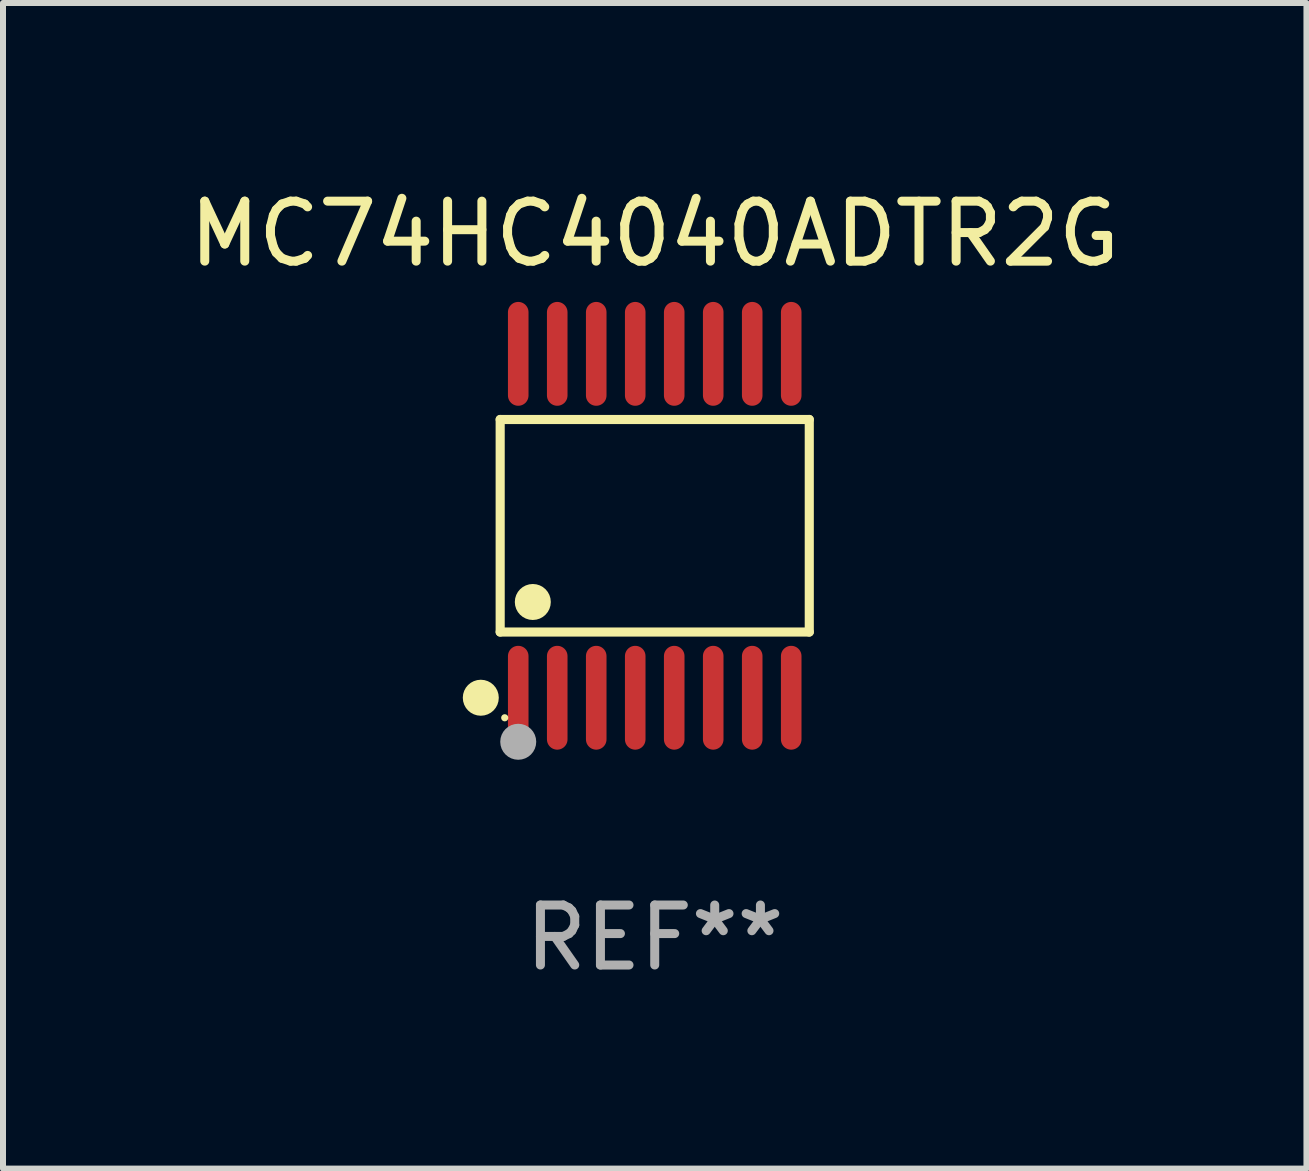
<source format=kicad_pcb>
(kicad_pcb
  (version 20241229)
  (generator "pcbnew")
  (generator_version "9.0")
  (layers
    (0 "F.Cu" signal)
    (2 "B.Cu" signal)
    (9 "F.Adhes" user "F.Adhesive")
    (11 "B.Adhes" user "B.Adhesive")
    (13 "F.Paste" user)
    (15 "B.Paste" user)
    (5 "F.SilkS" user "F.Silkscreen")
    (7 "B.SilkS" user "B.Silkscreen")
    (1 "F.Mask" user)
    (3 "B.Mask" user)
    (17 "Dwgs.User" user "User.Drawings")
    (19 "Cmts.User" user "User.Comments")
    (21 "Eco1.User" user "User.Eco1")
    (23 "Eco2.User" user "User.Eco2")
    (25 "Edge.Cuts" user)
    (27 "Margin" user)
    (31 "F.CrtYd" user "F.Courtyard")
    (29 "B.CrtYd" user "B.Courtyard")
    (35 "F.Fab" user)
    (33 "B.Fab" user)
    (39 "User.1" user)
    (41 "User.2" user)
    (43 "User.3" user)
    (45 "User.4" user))
  (footprint "MC74HC4040ADTR2G"
    (layer "F.Cu")
    (at 7.863 5.714)
    (property "Reference" "MC74HC4040ADTR2G" (at 0 -4.866 0) (layer "F.SilkS") (effects (font (size 1 1) (thickness 0.15))))
    (attr through_hole)
    (fp_line (start -2.576 -1.772) (end 2.576 -1.772) (stroke (width 0.152) (type solid)) (layer "F.SilkS"))
    (fp_line (start -2.576 1.771) (end -2.576 -1.772) (stroke (width 0.152) (type solid)) (layer "F.SilkS"))
    (fp_line (start 2.576 -1.772) (end 2.576 1.771) (stroke (width 0.152) (type solid)) (layer "F.SilkS"))
    (fp_line (start 2.576 1.771) (end -2.576 1.771) (stroke (width 0.152) (type solid)) (layer "F.SilkS"))
    (fp_circle (center -2.899 2.866) (end -2.749 2.866) (stroke (width 0.3) (type solid)) (fill no) (layer "F.SilkS"))
    (fp_circle (center -2.5 3.2) (end -2.47 3.2) (stroke (width 0.06) (type solid)) (fill no) (layer "F.SilkS"))
    (fp_circle (center -2.032 1.27) (end -1.882 1.27) (stroke (width 0.3) (type solid)) (fill no) (layer "F.SilkS"))
    (fp_circle (center -2.275 3.6) (end -2.125 3.6) (stroke (width 0.3) (type solid)) (fill no) (layer "F.Fab"))
    (fp_text user "REF**" (at 0 6.866 0) (layer "F.Fab") (effects (font (size 1 1) (thickness 0.15))))
    (pad "1" smd oval (at -2.275 2.866) (size 0.343 1.731) (layers "F.Cu" "F.Mask" "F.Paste"))
    (pad "2" smd oval (at -1.625 2.866) (size 0.343 1.731) (layers "F.Cu" "F.Mask" "F.Paste"))
    (pad "3" smd oval (at -0.975 2.866) (size 0.343 1.731) (layers "F.Cu" "F.Mask" "F.Paste"))
    (pad "4" smd oval (at -0.325 2.866) (size 0.343 1.731) (layers "F.Cu" "F.Mask" "F.Paste"))
    (pad "5" smd oval (at 0.325 2.866) (size 0.343 1.731) (layers "F.Cu" "F.Mask" "F.Paste"))
    (pad "6" smd oval (at 0.975 2.866) (size 0.343 1.731) (layers "F.Cu" "F.Mask" "F.Paste"))
    (pad "7" smd oval (at 1.625 2.866) (size 0.343 1.731) (layers "F.Cu" "F.Mask" "F.Paste"))
    (pad "8" smd oval (at 2.275 2.866) (size 0.343 1.731) (layers "F.Cu" "F.Mask" "F.Paste"))
    (pad "9" smd oval (at 2.275 -2.866) (size 0.343 1.731) (layers "F.Cu" "F.Mask" "F.Paste"))
    (pad "10" smd oval (at 1.625 -2.866) (size 0.343 1.731) (layers "F.Cu" "F.Mask" "F.Paste"))
    (pad "11" smd oval (at 0.975 -2.866) (size 0.343 1.731) (layers "F.Cu" "F.Mask" "F.Paste"))
    (pad "12" smd oval (at 0.325 -2.866) (size 0.343 1.731) (layers "F.Cu" "F.Mask" "F.Paste"))
    (pad "13" smd oval (at -0.325 -2.866) (size 0.343 1.731) (layers "F.Cu" "F.Mask" "F.Paste"))
    (pad "14" smd oval (at -0.975 -2.866) (size 0.343 1.731) (layers "F.Cu" "F.Mask" "F.Paste"))
    (pad "15" smd oval (at -1.625 -2.866) (size 0.343 1.731) (layers "F.Cu" "F.Mask" "F.Paste"))
    (pad "16" smd oval (at -2.275 -2.866) (size 0.343 1.731) (layers "F.Cu" "F.Mask" "F.Paste")))
  (gr_rect
    (start -3 -3)
    (end 18.726 16.428)
    (stroke (width 0.1) (type default))
    (fill no)
    (layer "Edge.Cuts")))
</source>
